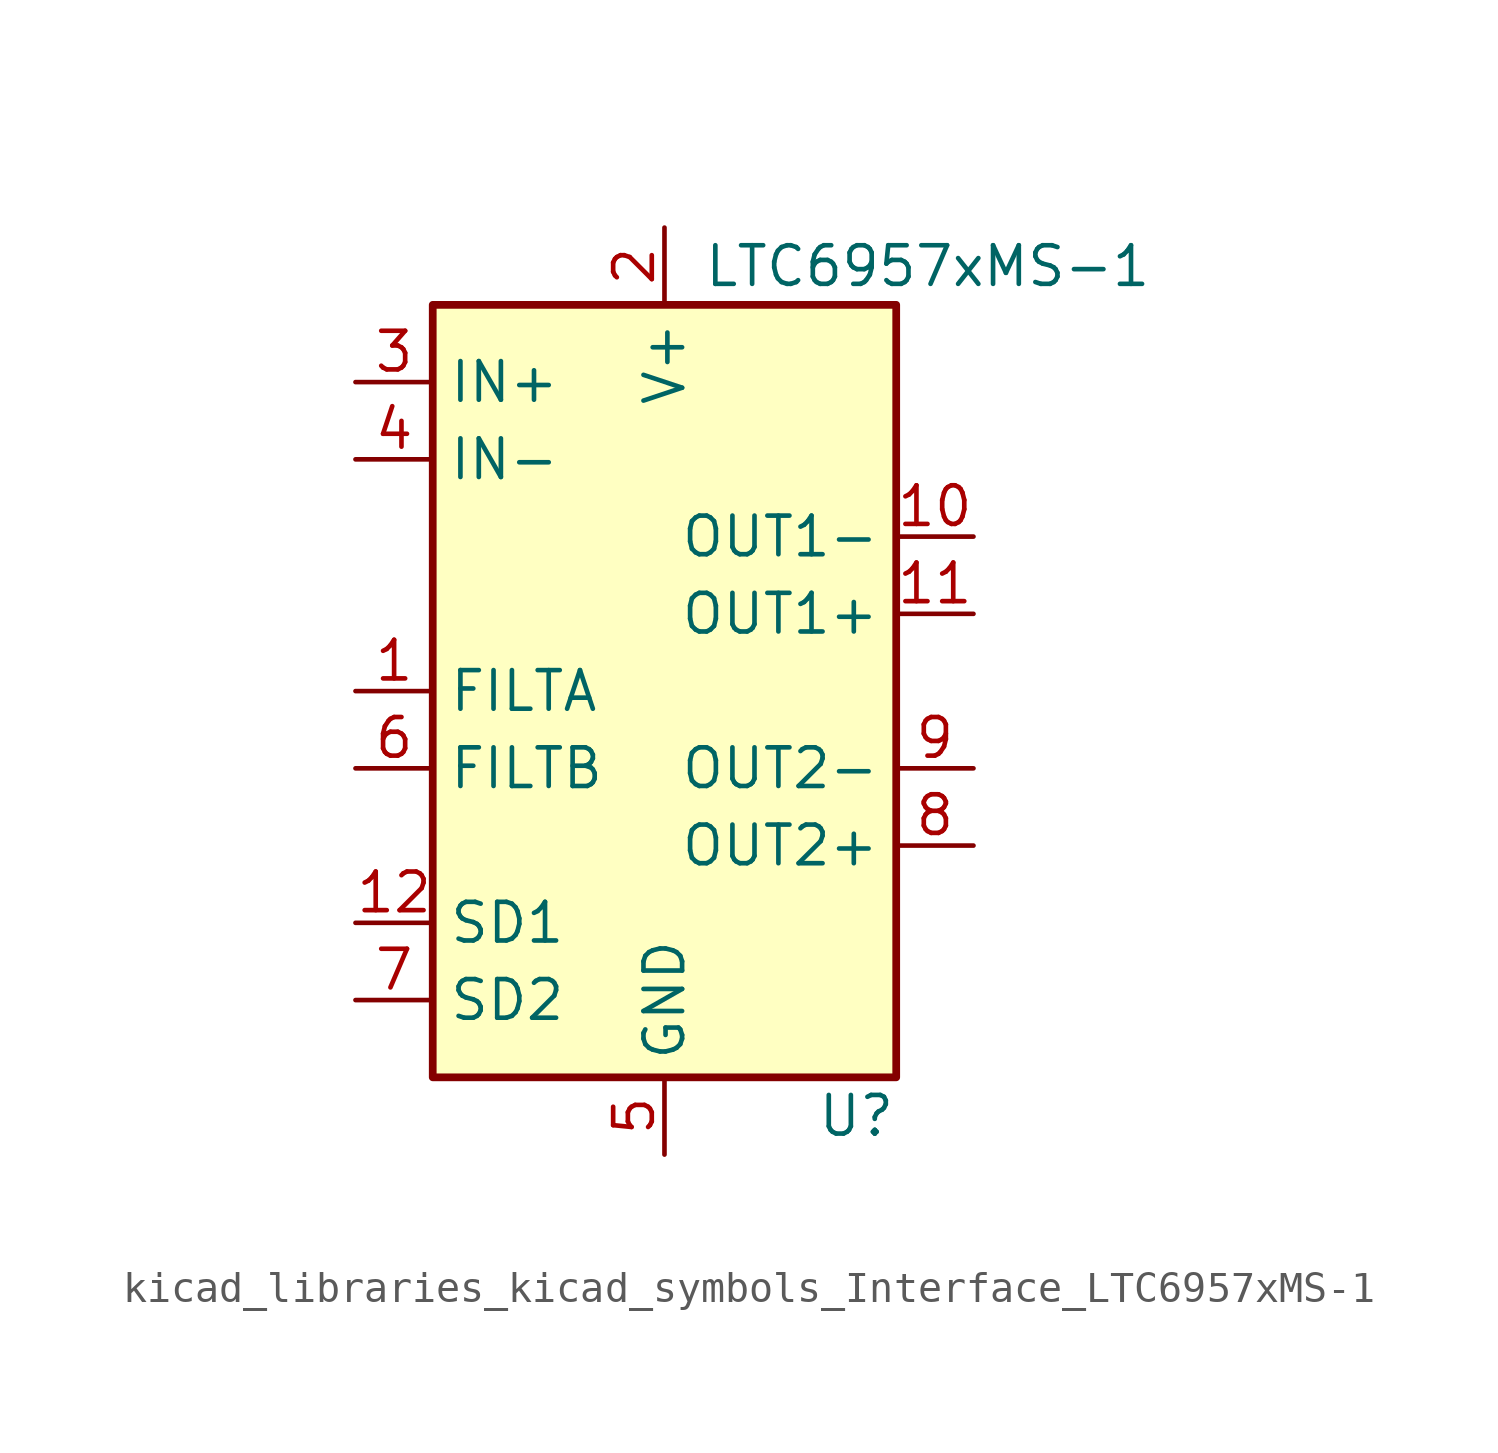
<source format=kicad_sym>
(kicad_symbol_lib
  (version 20220914)
  (generator kicad_symbol_editor)
  (symbol "kicad_libraries_kicad_symbols_Interface_LTC6957xMS-1"
    (property "Reference" "U"
      (at 7.62 -13.97 0)
      (effects (font (size 1.27 1.27)) (justify right)))
    (property "Value" "LTC6957xMS-1"
      (at 1.27 13.97 0)
      (effects (font (size 1.27 1.27)) (justify left)))
    (symbol "kicad_libraries_kicad_symbols_Interface_LTC6957xMS-1_0_1"
      (rectangle (start -7.62 12.7) (end 7.62 -12.7) (stroke (width 0.254) (type default)) (fill (type background))))
    (symbol "kicad_libraries_kicad_symbols_Interface_LTC6957xMS-1_1_1"
      (pin input line (at -10.16 0 0) (length 2.54) (name "FILTA" (effects (font (size 1.27 1.27)))) (number "1" (effects (font (size 1.27 1.27)))))
      (pin open_emitter line (at 10.16 5.08 180) (length 2.54) (name "OUT1-" (effects (font (size 1.27 1.27)))) (number "10" (effects (font (size 1.27 1.27)))))
      (pin open_emitter line (at 10.16 2.54 180) (length 2.54) (name "OUT1+" (effects (font (size 1.27 1.27)))) (number "11" (effects (font (size 1.27 1.27)))))
      (pin input line (at -10.16 -7.62 0) (length 2.54) (name "SD1" (effects (font (size 1.27 1.27)))) (number "12" (effects (font (size 1.27 1.27)))))
      (pin power_in line (at 0 15.24 270) (length 2.54) (name "V+" (effects (font (size 1.27 1.27)))) (number "2" (effects (font (size 1.27 1.27)))))
      (pin input line (at -10.16 10.16 0) (length 2.54) (name "IN+" (effects (font (size 1.27 1.27)))) (number "3" (effects (font (size 1.27 1.27)))))
      (pin input line (at -10.16 7.62 0) (length 2.54) (name "IN-" (effects (font (size 1.27 1.27)))) (number "4" (effects (font (size 1.27 1.27)))))
      (pin power_in line (at 0 -15.24 90) (length 2.54) (name "GND" (effects (font (size 1.27 1.27)))) (number "5" (effects (font (size 1.27 1.27)))))
      (pin input line (at -10.16 -2.54 0) (length 2.54) (name "FILTB" (effects (font (size 1.27 1.27)))) (number "6" (effects (font (size 1.27 1.27)))))
      (pin input line (at -10.16 -10.16 0) (length 2.54) (name "SD2" (effects (font (size 1.27 1.27)))) (number "7" (effects (font (size 1.27 1.27)))))
      (pin open_emitter line (at 10.16 -5.08 180) (length 2.54) (name "OUT2+" (effects (font (size 1.27 1.27)))) (number "8" (effects (font (size 1.27 1.27)))))
      (pin open_emitter line (at 10.16 -2.54 180) (length 2.54) (name "OUT2-" (effects (font (size 1.27 1.27)))) (number "9" (effects (font (size 1.27 1.27))))))))
</source>
